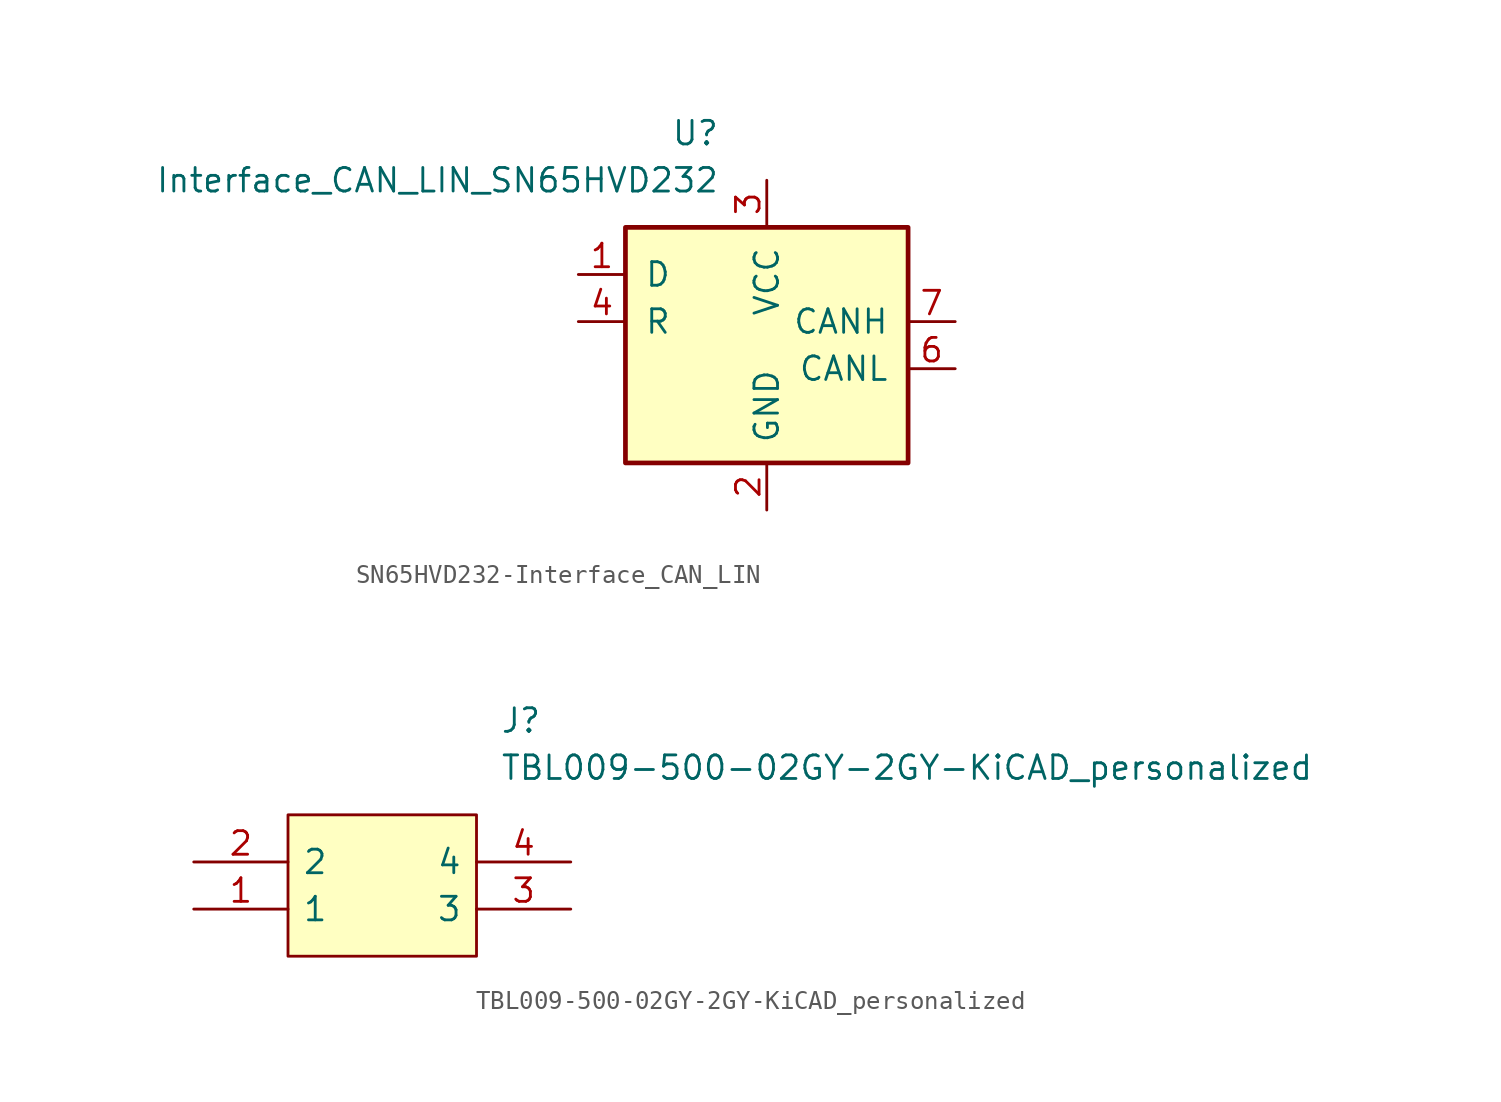
<source format=kicad_sym>
(kicad_symbol_lib
  (version 20220914)
  (generator kicad_symbol_editor)
  (symbol "SN65HVD232-Interface_CAN_LIN"
    (pin_names
      (offset 1.016))
    (property "Reference" "U"
      (at -2.54 10.16 0)
      (effects (font (size 1.27 1.27)) (justify right)))
    (property "Value" "Interface_CAN_LIN_SN65HVD232"
      (at -2.54 7.62 0)
      (effects (font (size 1.27 1.27)) (justify right)))
    (symbol "SN65HVD232-Interface_CAN_LIN_0_1"
      (rectangle (start -7.62 5.08) (end 7.62 -7.62) (stroke (width 0.254) (type solid)) (fill (type background))))
    (symbol "SN65HVD232-Interface_CAN_LIN_1_1"
      (pin input line (at -10.16 2.54 0) (length 2.54) (name "D" (effects (font (size 1.27 1.27)))) (number "1" (effects (font (size 1.27 1.27)))))
      (pin power_in line (at 0 -10.16 90) (length 2.54) (name "GND" (effects (font (size 1.27 1.27)))) (number "2" (effects (font (size 1.27 1.27)))))
      (pin power_in line (at 0 7.62 270) (length 2.54) (name "VCC" (effects (font (size 1.27 1.27)))) (number "3" (effects (font (size 1.27 1.27)))))
      (pin output line (at -10.16 0 0) (length 2.54) (name "R" (effects (font (size 1.27 1.27)))) (number "4" (effects (font (size 1.27 1.27)))))
      (pin no_connect line (at -10.16 -2.54 0) (length 2.54) hide (name "NC" (effects (font (size 1.27 1.27)))) (number "5" (effects (font (size 1.27 1.27)))))
      (pin bidirectional line (at 10.16 -2.54 180) (length 2.54) (name "CANL" (effects (font (size 1.27 1.27)))) (number "6" (effects (font (size 1.27 1.27)))))
      (pin bidirectional line (at 10.16 0 180) (length 2.54) (name "CANH" (effects (font (size 1.27 1.27)))) (number "7" (effects (font (size 1.27 1.27)))))
      (pin no_connect line (at -10.16 -5.08 0) (length 2.54) hide (name "NC" (effects (font (size 1.27 1.27)))) (number "8" (effects (font (size 1.27 1.27)))))))
  (symbol "TBL009-500-02GY-2GY-KiCAD_personalized"
    (pin_names
      (offset 0.762))
    (property "Reference" "J"
      (at 16.51 7.62 0)
      (effects (font (size 1.27 1.27)) (justify left)))
    (property "Value" "TBL009-500-02GY-2GY-KiCAD_personalized"
      (at 16.51 5.08 0)
      (effects (font (size 1.27 1.27)) (justify left)))
    (symbol "TBL009-500-02GY-2GY-KiCAD_personalized_0_0"
      (pin passive line (at 0 -2.54 0) (length 5.08) (name "1" (effects (font (size 1.27 1.27)))) (number "1" (effects (font (size 1.27 1.27)))))
      (pin passive line (at 0 0 0) (length 5.08) (name "2" (effects (font (size 1.27 1.27)))) (number "2" (effects (font (size 1.27 1.27)))))
      (pin passive line (at 20.32 -2.54 180) (length 5.08) (name "3" (effects (font (size 1.27 1.27)))) (number "3" (effects (font (size 1.27 1.27)))))
      (pin passive line (at 20.32 0 180) (length 5.08) (name "4" (effects (font (size 1.27 1.27)))) (number "4" (effects (font (size 1.27 1.27))))))
    (symbol "TBL009-500-02GY-2GY-KiCAD_personalized_0_1"
      (polyline (pts (xy 5.08 2.54) (xy 15.24 2.54) (xy 15.24 -5.08) (xy 5.08 -5.08) (xy 5.08 2.54)) (stroke (width 0.152) (type solid)) (fill (type background))))))
</source>
